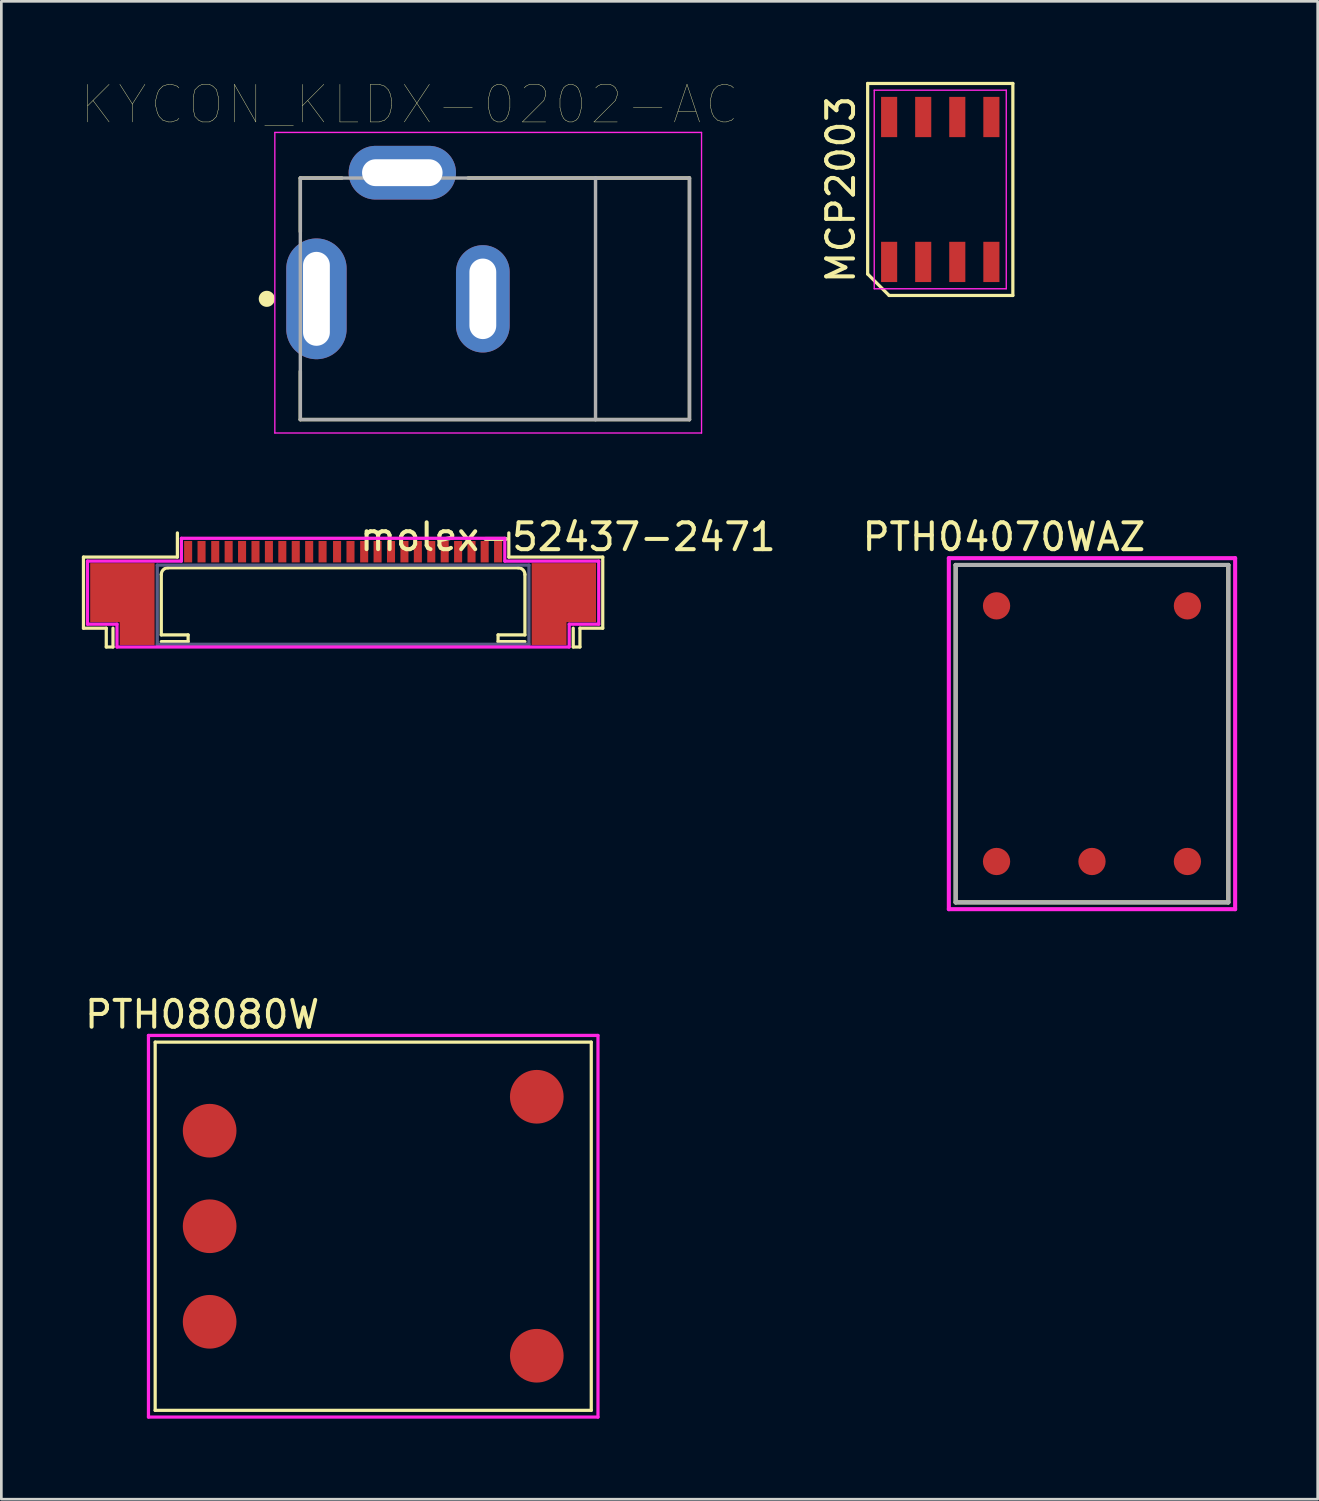
<source format=kicad_pcb>
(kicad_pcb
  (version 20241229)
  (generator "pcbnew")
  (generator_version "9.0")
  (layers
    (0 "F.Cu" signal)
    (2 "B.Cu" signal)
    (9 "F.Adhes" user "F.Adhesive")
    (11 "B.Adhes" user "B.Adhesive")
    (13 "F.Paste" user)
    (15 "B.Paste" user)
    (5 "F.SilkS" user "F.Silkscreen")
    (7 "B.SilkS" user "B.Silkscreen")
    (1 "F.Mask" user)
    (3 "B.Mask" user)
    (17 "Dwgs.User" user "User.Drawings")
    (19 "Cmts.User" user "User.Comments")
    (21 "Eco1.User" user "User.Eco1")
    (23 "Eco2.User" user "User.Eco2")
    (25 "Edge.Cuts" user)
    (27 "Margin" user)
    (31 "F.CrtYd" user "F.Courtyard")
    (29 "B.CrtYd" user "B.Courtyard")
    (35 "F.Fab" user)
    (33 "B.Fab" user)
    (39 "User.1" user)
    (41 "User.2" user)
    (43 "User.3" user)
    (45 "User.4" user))
  (footprint "PTH08080W"
    (layer "F.Cu")
    (at 4.762 39.083)
    (property "Reference" "PTH08080W" (at -0.28 -4.33 0) (layer "F.SilkS") (effects (font (size 1 1) (thickness 0.15))))
    (attr through_hole)
    (fp_line (start -2.03 -3.3) (end -2.03 10.42) (stroke (width 0.12) (type solid)) (layer "F.SilkS"))
    (fp_line (start -2.03 -3.3) (end 14.22 -3.3) (stroke (width 0.12) (type solid)) (layer "F.SilkS"))
    (fp_line (start 14.22 10.42) (end -2.03 10.42) (stroke (width 0.12) (type solid)) (layer "F.SilkS"))
    (fp_line (start 14.22 10.42) (end 14.22 -3.3) (stroke (width 0.12) (type solid)) (layer "F.SilkS"))
    (fp_line (start -2.28 -3.55) (end 14.47 -3.55) (stroke (width 0.12) (type solid)) (layer "F.CrtYd"))
    (fp_line (start -2.28 10.67) (end -2.28 -3.55) (stroke (width 0.12) (type solid)) (layer "F.CrtYd"))
    (fp_line (start 14.47 -3.55) (end 14.47 10.67) (stroke (width 0.12) (type solid)) (layer "F.CrtYd"))
    (fp_line (start 14.47 10.67) (end -2.28 10.67) (stroke (width 0.12) (type solid)) (layer "F.CrtYd"))
    (pad "1" smd circle (at 0 0) (size 2 2) (layers "F.Cu" "F.Mask" "F.Paste"))
    (pad "1" smd circle (at 12.19 8.385) (size 2 2) (layers "F.Cu" "F.Mask" "F.Paste"))
    (pad "2" smd circle (at 0 3.56) (size 2 2) (layers "F.Cu" "F.Mask" "F.Paste"))
    (pad "3" smd circle (at 0 7.12) (size 2 2) (layers "F.Cu" "F.Mask" "F.Paste"))
    (pad "5" smd circle (at 12.19 -1.265) (size 2 2) (layers "F.Cu" "F.Mask" "F.Paste")))
  (footprint "molex-52437-2471"
    (layer "F.Cu")
    (at 9.76 17.558)
    (property "Reference" "molex-52437-2471" (at 8.35 -0.6 0) (layer "F.SilkS") (effects (font (size 1 1) (thickness 0.15))))
    (attr through_hole)
    (fp_line (start -9.7 0.15) (end -9.7 2.8) (stroke (width 0.12) (type solid)) (layer "F.SilkS"))
    (fp_line (start -9.7 2.8) (end -8.85 2.8) (stroke (width 0.12) (type solid)) (layer "F.SilkS"))
    (fp_line (start -8.85 3.5) (end -8.85 2.8) (stroke (width 0.12) (type solid)) (layer "F.SilkS"))
    (fp_line (start -8.6 2.8) (end -8.6 3.5) (stroke (width 0.12) (type solid)) (layer "F.SilkS"))
    (fp_line (start -8.6 3.5) (end -8.85 3.5) (stroke (width 0.12) (type solid)) (layer "F.SilkS"))
    (fp_line (start -6.8 3.05) (end -6.8 0.8) (stroke (width 0.12) (type solid)) (layer "F.SilkS"))
    (fp_line (start -6.8 3.3) (end -5.8 3.3) (stroke (width 0.12) (type solid)) (layer "F.SilkS"))
    (fp_line (start -6.55 0.55) (end 6.5 0.55) (stroke (width 0.12) (type solid)) (layer "F.SilkS"))
    (fp_line (start -6.2 -0.75) (end -6.2 0.15) (stroke (width 0.12) (type solid)) (layer "F.SilkS"))
    (fp_line (start -6.2 0.15) (end -9.7 0.15) (stroke (width 0.12) (type solid)) (layer "F.SilkS"))
    (fp_line (start -5.8 3.05) (end -6.8 3.05) (stroke (width 0.12) (type solid)) (layer "F.SilkS"))
    (fp_line (start -5.8 3.3) (end -5.8 3.05) (stroke (width 0.12) (type solid)) (layer "F.SilkS"))
    (fp_line (start 5.75 3.05) (end 5.75 3.3) (stroke (width 0.12) (type solid)) (layer "F.SilkS"))
    (fp_line (start 5.75 3.3) (end 6.75 3.3) (stroke (width 0.12) (type solid)) (layer "F.SilkS"))
    (fp_line (start 6.15 -0.75) (end 6.15 0.15) (stroke (width 0.12) (type solid)) (layer "F.SilkS"))
    (fp_line (start 6.15 0.15) (end 9.65 0.15) (stroke (width 0.12) (type solid)) (layer "F.SilkS"))
    (fp_line (start 6.75 0.8) (end 6.75 3.05) (stroke (width 0.12) (type solid)) (layer "F.SilkS"))
    (fp_line (start 6.75 3.05) (end 5.75 3.05) (stroke (width 0.12) (type solid)) (layer "F.SilkS"))
    (fp_line (start 8.55 2.8) (end 8.55 3.5) (stroke (width 0.12) (type solid)) (layer "F.SilkS"))
    (fp_line (start 8.55 3.5) (end 8.8 3.5) (stroke (width 0.12) (type solid)) (layer "F.SilkS"))
    (fp_line (start 8.8 3.5) (end 8.8 2.8) (stroke (width 0.12) (type solid)) (layer "F.SilkS"))
    (fp_line (start 9.65 0.15) (end 9.65 2.8) (stroke (width 0.12) (type solid)) (layer "F.SilkS"))
    (fp_line (start 9.65 2.8) (end 8.8 2.8) (stroke (width 0.12) (type solid)) (layer "F.SilkS"))
    (fp_arc (start -6.8 0.8) (mid -6.726777 0.623223) (end -6.55 0.55) (stroke (width 0.12) (type solid)) (layer "F.SilkS"))
    (fp_arc (start 6.5 0.55) (mid 6.676777 0.623223) (end 6.75 0.8) (stroke (width 0.12) (type solid)) (layer "F.SilkS"))
    (fp_line (start -9.55 0.3) (end -9.55 2.65) (stroke (width 0.12) (type solid)) (layer "F.CrtYd"))
    (fp_line (start -9.55 2.65) (end -8.45 2.65) (stroke (width 0.12) (type solid)) (layer "F.CrtYd"))
    (fp_line (start -8.45 2.65) (end -8.45 3.5) (stroke (width 0.12) (type solid)) (layer "F.CrtYd"))
    (fp_line (start -8.45 3.5) (end 8.4 3.5) (stroke (width 0.12) (type solid)) (layer "F.CrtYd"))
    (fp_line (start -6.05 -0.55) (end -6.05 0.3) (stroke (width 0.12) (type solid)) (layer "F.CrtYd"))
    (fp_line (start -6.05 0.3) (end -9.55 0.3) (stroke (width 0.12) (type solid)) (layer "F.CrtYd"))
    (fp_line (start 6 -0.55) (end -6.05 -0.55) (stroke (width 0.12) (type solid)) (layer "F.CrtYd"))
    (fp_line (start 6 0.3) (end 6 -0.55) (stroke (width 0.12) (type solid)) (layer "F.CrtYd"))
    (fp_line (start 8.4 2.65) (end 9.5 2.65) (stroke (width 0.12) (type solid)) (layer "F.CrtYd"))
    (fp_line (start 8.4 3.5) (end 8.4 2.65) (stroke (width 0.12) (type solid)) (layer "F.CrtYd"))
    (fp_line (start 9.5 0.3) (end 6 0.3) (stroke (width 0.12) (type solid)) (layer "F.CrtYd"))
    (fp_line (start 9.5 2.65) (end 9.5 0.3) (stroke (width 0.12) (type solid)) (layer "F.CrtYd"))
    (fp_line (start -6.95 0.45) (end -6.95 3.4) (stroke (width 0.12) (type solid)) (layer "B.Fab"))
    (fp_line (start -6.95 3.4) (end 6.9 3.4) (stroke (width 0.12) (type solid)) (layer "B.Fab"))
    (fp_line (start 6.9 0.45) (end -6.95 0.45) (stroke (width 0.12) (type solid)) (layer "B.Fab"))
    (fp_line (start 6.9 3.4) (end 6.9 0.45) (stroke (width 0.12) (type solid)) (layer "B.Fab"))
    (pad "" smd custom (at -7.7 1.9) (size 1.3 3.05) (layers "F.Cu" "F.Mask" "F.Paste") (options (anchor rect)) (primitives (gr_poly (pts (xy -0.65 -1.525) (xy -1.75 -1.525) (xy -1.75 0.675) (xy -0.65 0.675)) (width 0) (fill yes))))
    (pad "" smd custom (at 7.65 1.9) (size 1.3 3.05) (layers "F.Cu" "F.Mask" "F.Paste") (options (anchor rect)) (primitives (gr_poly (pts (xy 0.65 -1.525) (xy 1.75 -1.525) (xy 1.75 0.675) (xy 0.65 0.675)) (width 0) (fill yes))))
    (pad "1" smd custom (at -5.8 -0.05) (size 0.3 0.8) (layers "F.Cu" "F.Mask" "F.Paste") (options (anchor rect)) (primitives))
    (pad "2" smd custom (at -5.3 -0.05) (size 0.3 0.8) (layers "F.Cu" "F.Mask" "F.Paste") (options (anchor rect)) (primitives))
    (pad "3" smd custom (at -4.79 -0.05) (size 0.3 0.8) (layers "F.Cu" "F.Mask" "F.Paste") (options (anchor rect)) (primitives))
    (pad "4" smd custom (at -4.29 -0.05) (size 0.3 0.8) (layers "F.Cu" "F.Mask" "F.Paste") (options (anchor rect)) (primitives))
    (pad "5" smd custom (at -3.79 -0.05) (size 0.3 0.8) (layers "F.Cu" "F.Mask" "F.Paste") (options (anchor rect)) (primitives))
    (pad "6" smd custom (at -3.29 -0.05) (size 0.3 0.8) (layers "F.Cu" "F.Mask" "F.Paste") (options (anchor rect)) (primitives))
    (pad "7" smd custom (at -2.79 -0.05) (size 0.3 0.8) (layers "F.Cu" "F.Mask" "F.Paste") (options (anchor rect)) (primitives))
    (pad "8" smd custom (at -2.29 -0.05) (size 0.3 0.8) (layers "F.Cu" "F.Mask" "F.Paste") (options (anchor rect)) (primitives))
    (pad "9" smd custom (at -1.79 -0.05) (size 0.3 0.8) (layers "F.Cu" "F.Mask" "F.Paste") (options (anchor rect)) (primitives))
    (pad "10" smd custom (at -1.29 -0.05) (size 0.3 0.8) (layers "F.Cu" "F.Mask" "F.Paste") (options (anchor rect)) (primitives))
    (pad "11" smd custom (at -0.79 -0.05) (size 0.3 0.8) (layers "F.Cu" "F.Mask" "F.Paste") (options (anchor rect)) (primitives))
    (pad "12" smd custom (at -0.25 -0.05) (size 0.3 0.8) (layers "F.Cu" "F.Mask" "F.Paste") (options (anchor rect)) (primitives))
    (pad "13" smd custom (at 0.25 -0.05) (size 0.3 0.8) (layers "F.Cu" "F.Mask" "F.Paste") (options (anchor rect)) (primitives))
    (pad "14" smd custom (at 0.76 -0.05) (size 0.3 0.8) (layers "F.Cu" "F.Mask" "F.Paste") (options (anchor rect)) (primitives))
    (pad "15" smd custom (at 1.26 -0.05) (size 0.3 0.8) (layers "F.Cu" "F.Mask" "F.Paste") (options (anchor rect)) (primitives))
    (pad "16" smd custom (at 1.76 -0.05) (size 0.3 0.8) (layers "F.Cu" "F.Mask" "F.Paste") (options (anchor rect)) (primitives))
    (pad "17" smd custom (at 2.26 -0.05) (size 0.3 0.8) (layers "F.Cu" "F.Mask" "F.Paste") (options (anchor rect)) (primitives))
    (pad "18" smd custom (at 2.76 -0.05) (size 0.3 0.8) (layers "F.Cu" "F.Mask" "F.Paste") (options (anchor rect)) (primitives))
    (pad "19" smd custom (at 3.26 -0.05) (size 0.3 0.8) (layers "F.Cu" "F.Mask" "F.Paste") (options (anchor rect)) (primitives))
    (pad "20" smd custom (at 3.76 -0.05) (size 0.3 0.8) (layers "F.Cu" "F.Mask" "F.Paste") (options (anchor rect)) (primitives))
    (pad "21" smd custom (at 4.26 -0.05) (size 0.3 0.8) (layers "F.Cu" "F.Mask" "F.Paste") (options (anchor rect)) (primitives))
    (pad "22" smd custom (at 4.76 -0.05) (size 0.3 0.8) (layers "F.Cu" "F.Mask" "F.Paste") (options (anchor rect)) (primitives))
    (pad "23" smd custom (at 5.25 -0.05) (size 0.3 0.8) (layers "F.Cu" "F.Mask" "F.Paste") (options (anchor rect)) (primitives))
    (pad "24" smd custom (at 5.75 -0.05) (size 0.3 0.8) (layers "F.Cu" "F.Mask" "F.Paste") (options (anchor rect)) (primitives)))
  (footprint "MCP2003"
    (layer "F.Cu")
    (at 31.986 4.01)
    (property "Reference" "MCP2003" (at -3.705 0 90) (layer "F.SilkS") (effects (font (size 1 1) (thickness 0.15))))
    (attr smd)
    (fp_line (start -2.705 -3.95) (end 2.705 -3.95) (stroke (width 0.12) (type solid)) (layer "F.SilkS"))
    (fp_line (start -2.705 3.15) (end -2.705 -3.95) (stroke (width 0.12) (type solid)) (layer "F.SilkS"))
    (fp_line (start -1.905 3.95) (end -2.705 3.15) (stroke (width 0.12) (type solid)) (layer "F.SilkS"))
    (fp_line (start 2.705 -3.95) (end 2.705 3.95) (stroke (width 0.12) (type solid)) (layer "F.SilkS"))
    (fp_line (start 2.705 3.95) (end -1.905 3.95) (stroke (width 0.12) (type solid)) (layer "F.SilkS"))
    (fp_line (start -2.46 -3.7) (end 2.46 -3.7) (stroke (width 0.05) (type solid)) (layer "F.CrtYd"))
    (fp_line (start -2.46 3.7) (end -2.46 -3.7) (stroke (width 0.05) (type solid)) (layer "F.CrtYd"))
    (fp_line (start 2.46 -3.7) (end 2.46 3.7) (stroke (width 0.05) (type solid)) (layer "F.CrtYd"))
    (fp_line (start 2.46 3.7) (end -2.46 3.7) (stroke (width 0.05) (type solid)) (layer "F.CrtYd"))
    (pad "1" smd rect (at -1.905 2.7) (size 0.6 1.5) (layers "F.Cu" "F.Mask" "F.Paste"))
    (pad "2" smd rect (at -0.635 2.7) (size 0.6 1.5) (layers "F.Cu" "F.Mask" "F.Paste"))
    (pad "3" smd rect (at 0.635 2.7) (size 0.6 1.5) (layers "F.Cu" "F.Mask" "F.Paste"))
    (pad "4" smd rect (at 1.905 2.7) (size 0.6 1.5) (layers "F.Cu" "F.Mask" "F.Paste"))
    (pad "5" smd rect (at 1.905 -2.7) (size 0.6 1.5) (layers "F.Cu" "F.Mask" "F.Paste"))
    (pad "6" smd rect (at 0.635 -2.7) (size 0.6 1.5) (layers "F.Cu" "F.Mask" "F.Paste"))
    (pad "7" smd rect (at -0.635 -2.7) (size 0.6 1.5) (layers "F.Cu" "F.Mask" "F.Paste"))
    (pad "8" smd rect (at -1.905 -2.7) (size 0.6 1.5) (layers "F.Cu" "F.Mask" "F.Paste")))
  (footprint "KYCON_KLDX-0202-AC"
    (layer "F.Cu")
    (at 15.391 8.085)
    (property "Reference" "KYCON_KLDX-0202-AC" (at -3.175 -7.239 0) (layer "F.SilkS") (effects (font (size 1.4 1.4) (thickness 0.015))))
    (attr through_hole)
    (fp_line (start -7.25 -4.5) (end -5.7 -4.5) (stroke (width 0.127) (type solid)) (layer "F.SilkS"))
    (fp_line (start -7.25 -2.5) (end -7.25 -4.5) (stroke (width 0.127) (type solid)) (layer "F.SilkS"))
    (fp_line (start -7.25 4.5) (end -7.25 2.7) (stroke (width 0.127) (type solid)) (layer "F.SilkS"))
    (fp_line (start 7.25 -4.5) (end -1 -4.5) (stroke (width 0.127) (type solid)) (layer "F.SilkS"))
    (fp_line (start 7.25 4.5) (end -7.25 4.5) (stroke (width 0.127) (type solid)) (layer "F.SilkS"))
    (fp_line (start 7.25 4.5) (end 7.25 -4.5) (stroke (width 0.127) (type solid)) (layer "F.SilkS"))
    (fp_circle (center -8.5 0) (end -8.35 0) (stroke (width 0.3) (type solid)) (fill no) (layer "F.SilkS"))
    (fp_line (start -8.2 -6.2) (end -8.2 5) (stroke (width 0.05) (type solid)) (layer "F.CrtYd"))
    (fp_line (start -8.2 5) (end 7.7 5) (stroke (width 0.05) (type solid)) (layer "F.CrtYd"))
    (fp_line (start 7.7 -6.2) (end -8.2 -6.2) (stroke (width 0.05) (type solid)) (layer "F.CrtYd"))
    (fp_line (start 7.7 5) (end 7.7 -6.2) (stroke (width 0.05) (type solid)) (layer "F.CrtYd"))
    (fp_line (start -7.25 -4.5) (end 3.75 -4.5) (stroke (width 0.127) (type solid)) (layer "F.Fab"))
    (fp_line (start -7.25 4.5) (end -7.25 -4.5) (stroke (width 0.127) (type solid)) (layer "F.Fab"))
    (fp_line (start 3.75 -4.5) (end 7.25 -4.5) (stroke (width 0.127) (type solid)) (layer "F.Fab"))
    (fp_line (start 3.75 4.5) (end -7.25 4.5) (stroke (width 0.127) (type solid)) (layer "F.Fab"))
    (fp_line (start 3.75 4.5) (end 3.75 -4.5) (stroke (width 0.127) (type solid)) (layer "F.Fab"))
    (fp_line (start 7.25 -4.5) (end 7.25 4.5) (stroke (width 0.127) (type solid)) (layer "F.Fab"))
    (fp_line (start 7.25 4.5) (end 3.75 4.5) (stroke (width 0.127) (type solid)) (layer "F.Fab"))
    (pad "1" thru_hole oval (at -6.65 0) (size 2.25 4.5) (drill oval 1 3.5) (layers "*.Cu" "*.Mask"))
    (pad "2" thru_hole oval (at -0.45 0) (size 2 4) (drill oval 1 3) (layers "*.Cu" "*.Mask"))
    (pad "3" thru_hole oval (at -3.45 -4.7) (size 4 2) (drill oval 3 1) (layers "*.Cu" "*.Mask")))
  (footprint "PTH04070WAZ"
    (layer "F.Cu")
    (at 37.64 24.288)
    (property "Reference" "PTH04070WAZ" (at -3.28 -7.33 0) (layer "F.SilkS") (effects (font (size 1 1) (thickness 0.15))))
    (attr through_hole)
    (fp_line (start -5.08 -6.287) (end -5.08 6.287) (stroke (width 0.152) (type solid)) (layer "F.SilkS"))
    (fp_line (start -5.08 6.287) (end 5.08 6.287) (stroke (width 0.152) (type solid)) (layer "F.SilkS"))
    (fp_line (start 5.08 -6.287) (end -5.08 -6.287) (stroke (width 0.152) (type solid)) (layer "F.SilkS"))
    (fp_line (start 5.08 6.287) (end 5.08 -6.287) (stroke (width 0.152) (type solid)) (layer "F.SilkS"))
    (fp_line (start -5.334 -6.54) (end 5.334 -6.54) (stroke (width 0.152) (type solid)) (layer "F.CrtYd"))
    (fp_line (start -5.334 6.54) (end -5.334 -6.54) (stroke (width 0.152) (type solid)) (layer "F.CrtYd"))
    (fp_line (start 5.334 -6.54) (end 5.334 6.54) (stroke (width 0.152) (type solid)) (layer "F.CrtYd"))
    (fp_line (start 5.334 6.54) (end -5.334 6.54) (stroke (width 0.152) (type solid)) (layer "F.CrtYd"))
    (fp_line (start -5.08 -6.287) (end -5.08 6.287) (stroke (width 0.152) (type solid)) (layer "F.Fab"))
    (fp_line (start -5.08 6.287) (end 5.08 6.287) (stroke (width 0.152) (type solid)) (layer "F.Fab"))
    (fp_line (start 5.08 -6.287) (end -5.08 -6.287) (stroke (width 0.152) (type solid)) (layer "F.Fab"))
    (fp_line (start 5.08 6.287) (end 5.08 -6.287) (stroke (width 0.152) (type solid)) (layer "F.Fab"))
    (pad "1" smd circle (at -3.556 4.763) (size 1.016 1.016) (layers "F.Cu" "F.Mask" "F.Paste"))
    (pad "2" smd circle (at 0 4.763) (size 1.016 1.016) (layers "F.Cu" "F.Mask" "F.Paste"))
    (pad "3" smd circle (at 3.556 4.763) (size 1.016 1.016) (layers "F.Cu" "F.Mask" "F.Paste"))
    (pad "4" smd circle (at 3.556 -4.763) (size 1.016 1.016) (layers "F.Cu" "F.Mask" "F.Paste"))
    (pad "5" smd circle (at -3.556 -4.763) (size 1.016 1.016) (layers "F.Cu" "F.Mask" "F.Paste")))
  (gr_rect
    (start -3 -3)
    (end 46.05 52.813)
    (stroke (width 0.1) (type default))
    (fill no)
    (layer "Edge.Cuts")))
</source>
